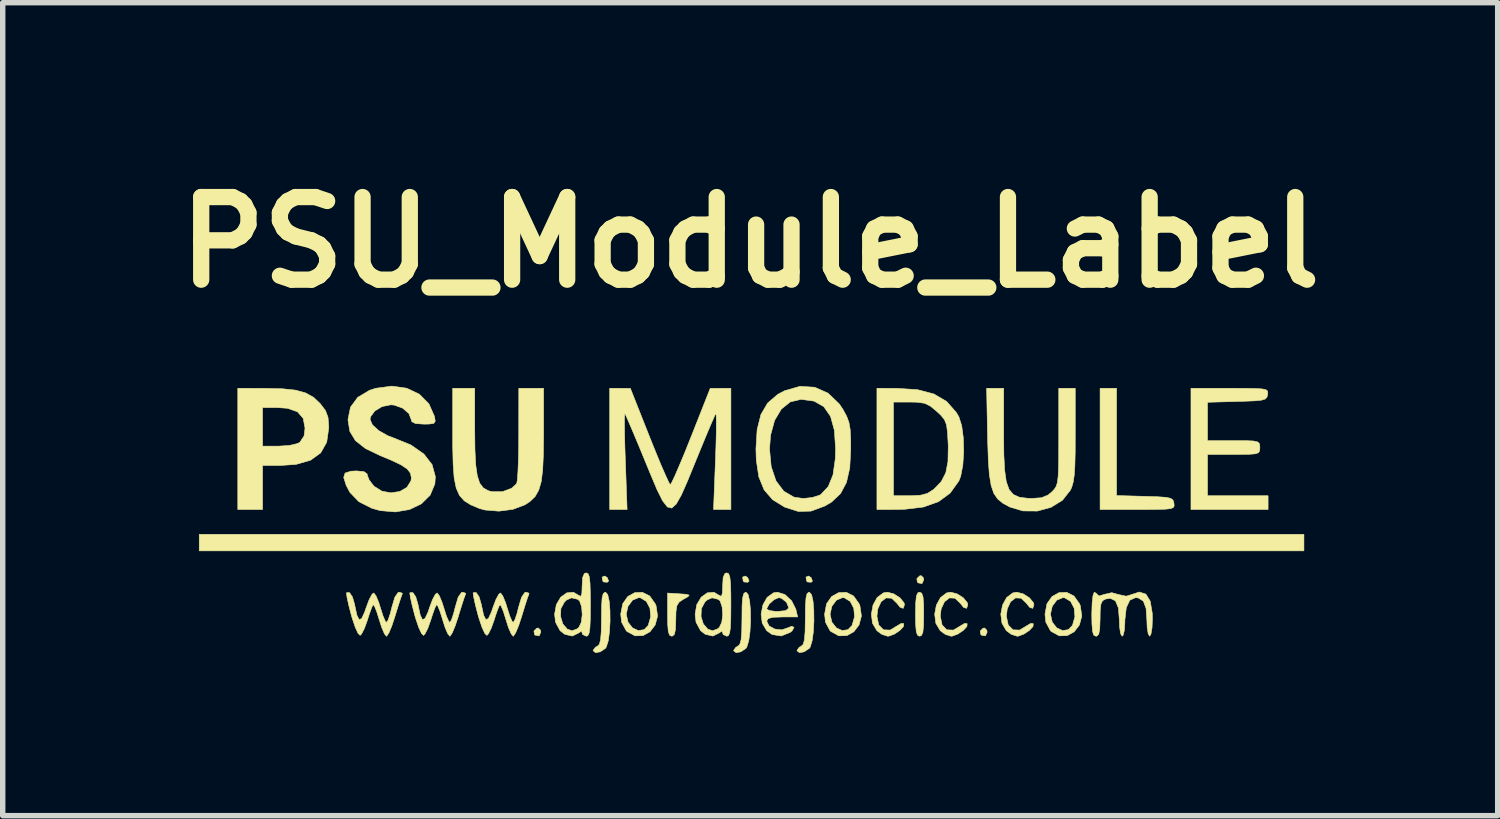
<source format=kicad_pcb>
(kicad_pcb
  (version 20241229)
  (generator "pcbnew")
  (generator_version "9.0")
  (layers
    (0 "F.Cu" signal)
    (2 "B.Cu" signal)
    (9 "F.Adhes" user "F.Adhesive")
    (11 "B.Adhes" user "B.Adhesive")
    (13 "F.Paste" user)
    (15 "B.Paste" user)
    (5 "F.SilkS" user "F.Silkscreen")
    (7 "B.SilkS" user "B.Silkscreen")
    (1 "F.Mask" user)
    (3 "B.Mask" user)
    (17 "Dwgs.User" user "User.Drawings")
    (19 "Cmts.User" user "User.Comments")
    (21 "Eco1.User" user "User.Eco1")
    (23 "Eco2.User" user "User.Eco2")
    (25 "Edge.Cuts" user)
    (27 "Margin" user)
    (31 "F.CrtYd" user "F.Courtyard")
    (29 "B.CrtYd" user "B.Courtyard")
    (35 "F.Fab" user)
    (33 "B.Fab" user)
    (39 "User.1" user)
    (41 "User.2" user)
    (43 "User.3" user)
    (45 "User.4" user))
  (footprint "PSU_Module_Label"
    (layer "F.Cu")
    (at 10.784 6.498)
    (property "Reference" "PSU_Module_Label" (at 0 -5.08 0) (layer "F.SilkS") (effects (font (size 1.524 1.524) (thickness 0.3))))
    (attr through_hole)
    (fp_poly (pts (xy 10.211 0.61) (xy -10.16 0.61) (xy -10.16 0.305) (xy 10.211 0.305) (xy 10.211 0.61)) (stroke (width 0.01) (type solid)) (fill yes) (layer "F.SilkS"))
    (fp_poly (pts (xy -2.636 1.103) (xy -2.611 1.166) (xy -2.634 1.189) (xy -2.702 1.184) (xy -2.719 1.166) (xy -2.731 1.094) (xy -2.682 1.074) (xy -2.636 1.103)) (stroke (width 0.01) (type solid)) (fill yes) (layer "F.SilkS"))
    (fp_poly (pts (xy -0.046 1.103) (xy -0.021 1.166) (xy -0.043 1.189) (xy -0.112 1.184) (xy -0.129 1.166) (xy -0.14 1.094) (xy -0.091 1.074) (xy -0.046 1.103)) (stroke (width 0.01) (type solid)) (fill yes) (layer "F.SilkS"))
    (fp_poly (pts (xy 1.123 1.103) (xy 1.148 1.166) (xy 1.126 1.189) (xy 1.057 1.184) (xy 1.04 1.166) (xy 1.028 1.094) (xy 1.077 1.074) (xy 1.123 1.103)) (stroke (width 0.01) (type solid)) (fill yes) (layer "F.SilkS"))
    (fp_poly (pts (xy -3.866 2.073) (xy -3.861 2.108) (xy -3.892 2.178) (xy -3.962 2.166) (xy -3.978 2.152) (xy -3.988 2.089) (xy -3.937 2.037) (xy -3.909 2.032) (xy -3.866 2.073)) (stroke (width 0.01) (type solid)) (fill yes) (layer "F.SilkS"))
    (fp_poly (pts (xy 3.195 1.108) (xy 3.2 1.143) (xy 3.169 1.213) (xy 3.099 1.201) (xy 3.083 1.187) (xy 3.073 1.123) (xy 3.124 1.072) (xy 3.153 1.067) (xy 3.195 1.108)) (stroke (width 0.01) (type solid)) (fill yes) (layer "F.SilkS"))
    (fp_poly (pts (xy 4.363 2.073) (xy 4.369 2.108) (xy 4.338 2.178) (xy 4.267 2.166) (xy 4.252 2.152) (xy 4.241 2.089) (xy 4.293 2.037) (xy 4.321 2.032) (xy 4.363 2.073)) (stroke (width 0.01) (type solid)) (fill yes) (layer "F.SilkS"))
    (fp_poly (pts (xy 3.163 1.391) (xy 3.187 1.46) (xy 3.198 1.598) (xy 3.2 1.778) (xy 3.197 1.987) (xy 3.184 2.112) (xy 3.158 2.171) (xy 3.124 2.184) (xy 3.085 2.165) (xy 3.062 2.096) (xy 3.05 1.958) (xy 3.048 1.778) (xy 3.052 1.569) (xy 3.065 1.444) (xy 3.09 1.385) (xy 3.124 1.372) (xy 3.163 1.391)) (stroke (width 0.01) (type solid)) (fill yes) (layer "F.SilkS"))
    (fp_poly (pts (xy -1.333 1.4) (xy -1.184 1.411) (xy -1.125 1.426) (xy -1.148 1.455) (xy -1.232 1.502) (xy -1.31 1.554) (xy -1.352 1.621) (xy -1.369 1.733) (xy -1.372 1.881) (xy -1.378 2.058) (xy -1.398 2.152) (xy -1.439 2.184) (xy -1.448 2.184) (xy -1.487 2.165) (xy -1.511 2.095) (xy -1.522 1.955) (xy -1.524 1.786) (xy -1.524 1.388) (xy -1.333 1.4)) (stroke (width 0.01) (type solid)) (fill yes) (layer "F.SilkS"))
    (fp_poly (pts (xy 6.756 -0.41) (xy 7.277 -0.395) (xy 7.512 -0.388) (xy 7.664 -0.377) (xy 7.752 -0.359) (xy 7.795 -0.329) (xy 7.811 -0.283) (xy 7.814 -0.267) (xy 7.818 -0.221) (xy 7.803 -0.189) (xy 7.754 -0.169) (xy 7.655 -0.158) (xy 7.492 -0.154) (xy 7.248 -0.152) (xy 7.141 -0.152) (xy 6.452 -0.152) (xy 6.452 -2.388) (xy 6.756 -2.388) (xy 6.756 -0.41)) (stroke (width 0.01) (type solid)) (fill yes) (layer "F.SilkS"))
    (fp_poly (pts (xy -2.627 1.418) (xy -2.6 1.539) (xy -2.586 1.71) (xy -2.584 1.906) (xy -2.595 2.1) (xy -2.617 2.268) (xy -2.653 2.383) (xy -2.671 2.409) (xy -2.763 2.471) (xy -2.85 2.488) (xy -2.895 2.453) (xy -2.896 2.444) (xy -2.855 2.388) (xy -2.819 2.369) (xy -2.782 2.334) (xy -2.759 2.25) (xy -2.747 2.101) (xy -2.743 1.869) (xy -2.743 1.856) (xy -2.74 1.625) (xy -2.731 1.479) (xy -2.711 1.401) (xy -2.678 1.373) (xy -2.667 1.372) (xy -2.627 1.418)) (stroke (width 0.01) (type solid)) (fill yes) (layer "F.SilkS"))
    (fp_poly (pts (xy -0.037 1.418) (xy -0.01 1.539) (xy 0.005 1.71) (xy 0.007 1.906) (xy -0.004 2.1) (xy -0.027 2.268) (xy -0.062 2.383) (xy -0.08 2.409) (xy -0.172 2.471) (xy -0.259 2.488) (xy -0.304 2.453) (xy -0.305 2.444) (xy -0.264 2.388) (xy -0.229 2.369) (xy -0.192 2.334) (xy -0.168 2.25) (xy -0.156 2.101) (xy -0.152 1.869) (xy -0.152 1.856) (xy -0.15 1.625) (xy -0.14 1.479) (xy -0.12 1.401) (xy -0.088 1.373) (xy -0.076 1.372) (xy -0.037 1.418)) (stroke (width 0.01) (type solid)) (fill yes) (layer "F.SilkS"))
    (fp_poly (pts (xy 1.132 1.418) (xy 1.159 1.539) (xy 1.173 1.71) (xy 1.175 1.906) (xy 1.165 2.1) (xy 1.142 2.268) (xy 1.107 2.383) (xy 1.089 2.409) (xy 0.996 2.471) (xy 0.91 2.488) (xy 0.864 2.453) (xy 0.864 2.444) (xy 0.904 2.388) (xy 0.94 2.369) (xy 0.977 2.334) (xy 1 2.25) (xy 1.012 2.101) (xy 1.016 1.869) (xy 1.016 1.856) (xy 1.019 1.625) (xy 1.029 1.479) (xy 1.048 1.401) (xy 1.081 1.373) (xy 1.092 1.372) (xy 1.132 1.418)) (stroke (width 0.01) (type solid)) (fill yes) (layer "F.SilkS"))
    (fp_poly (pts (xy -1.852 1.443) (xy -1.749 1.59) (xy -1.735 1.625) (xy -1.708 1.812) (xy -1.752 1.976) (xy -1.847 2.101) (xy -1.977 2.173) (xy -2.124 2.177) (xy -2.27 2.098) (xy -2.286 2.083) (xy -2.371 1.926) (xy -2.388 1.778) (xy -2.286 1.778) (xy -2.253 1.925) (xy -2.171 2.03) (xy -2.063 2.08) (xy -1.956 2.063) (xy -1.881 1.985) (xy -1.835 1.825) (xy -1.849 1.668) (xy -1.915 1.542) (xy -2.022 1.477) (xy -2.057 1.473) (xy -2.168 1.518) (xy -2.253 1.632) (xy -2.286 1.778) (xy -2.388 1.778) (xy -2.351 1.586) (xy -2.258 1.452) (xy -2.128 1.38) (xy -1.986 1.375) (xy -1.852 1.443)) (stroke (width 0.01) (type solid)) (fill yes) (layer "F.SilkS"))
    (fp_poly (pts (xy 1.907 1.443) (xy 2.011 1.59) (xy 2.024 1.625) (xy 2.051 1.812) (xy 2.007 1.976) (xy 1.912 2.101) (xy 1.782 2.173) (xy 1.635 2.177) (xy 1.489 2.098) (xy 1.473 2.083) (xy 1.388 1.926) (xy 1.372 1.778) (xy 1.473 1.778) (xy 1.506 1.925) (xy 1.589 2.03) (xy 1.696 2.08) (xy 1.803 2.063) (xy 1.878 1.985) (xy 1.924 1.825) (xy 1.91 1.668) (xy 1.844 1.542) (xy 1.737 1.477) (xy 1.702 1.473) (xy 1.591 1.518) (xy 1.506 1.632) (xy 1.473 1.778) (xy 1.372 1.778) (xy 1.408 1.586) (xy 1.502 1.452) (xy 1.631 1.38) (xy 1.774 1.375) (xy 1.907 1.443)) (stroke (width 0.01) (type solid)) (fill yes) (layer "F.SilkS"))
    (fp_poly (pts (xy 2.647 1.403) (xy 2.763 1.477) (xy 2.836 1.567) (xy 2.845 1.603) (xy 2.822 1.67) (xy 2.766 1.652) (xy 2.704 1.575) (xy 2.608 1.483) (xy 2.505 1.478) (xy 2.414 1.548) (xy 2.353 1.681) (xy 2.337 1.815) (xy 2.37 1.977) (xy 2.458 2.066) (xy 2.58 2.071) (xy 2.701 1.998) (xy 2.785 1.948) (xy 2.832 1.952) (xy 2.827 2.005) (xy 2.76 2.077) (xy 2.661 2.144) (xy 2.559 2.182) (xy 2.534 2.184) (xy 2.428 2.15) (xy 2.337 2.083) (xy 2.255 1.945) (xy 2.234 1.778) (xy 2.265 1.61) (xy 2.341 1.47) (xy 2.456 1.385) (xy 2.529 1.372) (xy 2.647 1.403)) (stroke (width 0.01) (type solid)) (fill yes) (layer "F.SilkS"))
    (fp_poly (pts (xy 3.816 1.403) (xy 3.931 1.477) (xy 4.004 1.567) (xy 4.013 1.603) (xy 3.991 1.67) (xy 3.934 1.652) (xy 3.873 1.575) (xy 3.776 1.483) (xy 3.674 1.478) (xy 3.583 1.548) (xy 3.521 1.681) (xy 3.505 1.815) (xy 3.539 1.977) (xy 3.626 2.066) (xy 3.748 2.071) (xy 3.87 1.998) (xy 3.953 1.948) (xy 4.001 1.952) (xy 3.996 2.005) (xy 3.929 2.077) (xy 3.829 2.144) (xy 3.728 2.182) (xy 3.703 2.184) (xy 3.597 2.15) (xy 3.505 2.083) (xy 3.423 1.945) (xy 3.402 1.778) (xy 3.433 1.61) (xy 3.51 1.47) (xy 3.624 1.385) (xy 3.697 1.372) (xy 3.816 1.403)) (stroke (width 0.01) (type solid)) (fill yes) (layer "F.SilkS"))
    (fp_poly (pts (xy 5.035 1.403) (xy 5.15 1.477) (xy 5.224 1.567) (xy 5.232 1.603) (xy 5.21 1.67) (xy 5.153 1.652) (xy 5.092 1.575) (xy 4.996 1.483) (xy 4.893 1.478) (xy 4.802 1.548) (xy 4.74 1.681) (xy 4.724 1.815) (xy 4.758 1.977) (xy 4.845 2.066) (xy 4.968 2.071) (xy 5.089 1.998) (xy 5.173 1.948) (xy 5.22 1.952) (xy 5.215 2.005) (xy 5.148 2.077) (xy 5.048 2.144) (xy 4.947 2.182) (xy 4.922 2.184) (xy 4.816 2.15) (xy 4.724 2.083) (xy 4.643 1.945) (xy 4.621 1.778) (xy 4.653 1.61) (xy 4.729 1.47) (xy 4.843 1.385) (xy 4.916 1.372) (xy 5.035 1.403)) (stroke (width 0.01) (type solid)) (fill yes) (layer "F.SilkS"))
    (fp_poly (pts (xy 5.971 1.443) (xy 6.075 1.59) (xy 6.088 1.625) (xy 6.115 1.812) (xy 6.071 1.976) (xy 5.976 2.101) (xy 5.846 2.173) (xy 5.699 2.177) (xy 5.553 2.098) (xy 5.537 2.083) (xy 5.452 1.926) (xy 5.436 1.778) (xy 5.537 1.778) (xy 5.57 1.925) (xy 5.653 2.03) (xy 5.76 2.08) (xy 5.867 2.063) (xy 5.942 1.985) (xy 5.988 1.825) (xy 5.974 1.668) (xy 5.908 1.542) (xy 5.801 1.477) (xy 5.766 1.473) (xy 5.655 1.518) (xy 5.57 1.632) (xy 5.537 1.778) (xy 5.436 1.778) (xy 5.472 1.586) (xy 5.566 1.452) (xy 5.695 1.38) (xy 5.838 1.375) (xy 5.971 1.443)) (stroke (width 0.01) (type solid)) (fill yes) (layer "F.SilkS"))
    (fp_poly (pts (xy -8.954 -2.387) (xy -8.626 -2.379) (xy -8.38 -2.353) (xy -8.195 -2.301) (xy -8.05 -2.22) (xy -7.929 -2.105) (xy -7.832 -1.977) (xy -7.785 -1.852) (xy -7.772 -1.681) (xy -7.772 -1.656) (xy -7.809 -1.394) (xy -7.92 -1.197) (xy -8.108 -1.061) (xy -8.377 -0.984) (xy -8.66 -0.965) (xy -8.992 -0.965) (xy -8.992 -0.152) (xy -9.449 -0.152) (xy -9.449 -2.032) (xy -8.992 -2.032) (xy -8.992 -1.321) (xy -8.697 -1.321) (xy -8.504 -1.333) (xy -8.355 -1.367) (xy -8.305 -1.391) (xy -8.227 -1.508) (xy -8.209 -1.652) (xy -8.243 -1.834) (xy -8.349 -1.955) (xy -8.533 -2.019) (xy -8.718 -2.032) (xy -8.992 -2.032) (xy -9.449 -2.032) (xy -9.449 -2.388) (xy -8.954 -2.387)) (stroke (width 0.01) (type solid)) (fill yes) (layer "F.SilkS"))
    (fp_poly (pts (xy 9.125 -2.387) (xy 9.32 -2.384) (xy 9.444 -2.376) (xy 9.513 -2.36) (xy 9.541 -2.335) (xy 9.544 -2.297) (xy 9.541 -2.273) (xy 9.529 -2.223) (xy 9.496 -2.189) (xy 9.425 -2.168) (xy 9.297 -2.156) (xy 9.093 -2.148) (xy 8.979 -2.145) (xy 8.433 -2.13) (xy 8.433 -1.422) (xy 8.915 -1.422) (xy 9.139 -1.422) (xy 9.28 -1.416) (xy 9.357 -1.399) (xy 9.39 -1.368) (xy 9.398 -1.317) (xy 9.398 -1.295) (xy 9.395 -1.237) (xy 9.372 -1.199) (xy 9.311 -1.179) (xy 9.192 -1.17) (xy 8.997 -1.168) (xy 8.915 -1.168) (xy 8.433 -1.168) (xy 8.433 -0.406) (xy 9.55 -0.406) (xy 9.55 -0.152) (xy 8.128 -0.152) (xy 8.128 -2.388) (xy 8.843 -2.388) (xy 9.125 -2.387)) (stroke (width 0.01) (type solid)) (fill yes) (layer "F.SilkS"))
    (fp_poly (pts (xy -5.08 -1.624) (xy -5.076 -1.257) (xy -5.062 -0.979) (xy -5.033 -0.777) (xy -4.988 -0.638) (xy -4.921 -0.55) (xy -4.83 -0.499) (xy -4.759 -0.481) (xy -4.569 -0.481) (xy -4.4 -0.544) (xy -4.306 -0.63) (xy -4.294 -0.697) (xy -4.283 -0.848) (xy -4.274 -1.064) (xy -4.269 -1.328) (xy -4.268 -1.537) (xy -4.267 -2.388) (xy -3.81 -2.388) (xy -3.81 -1.536) (xy -3.814 -1.164) (xy -3.827 -0.879) (xy -3.854 -0.665) (xy -3.9 -0.508) (xy -3.966 -0.392) (xy -4.059 -0.302) (xy -4.154 -0.239) (xy -4.374 -0.156) (xy -4.635 -0.122) (xy -4.89 -0.143) (xy -4.992 -0.171) (xy -5.152 -0.238) (xy -5.273 -0.313) (xy -5.361 -0.412) (xy -5.421 -0.547) (xy -5.459 -0.733) (xy -5.478 -0.986) (xy -5.486 -1.318) (xy -5.486 -1.521) (xy -5.486 -2.388) (xy -5.08 -2.388) (xy -5.08 -1.624)) (stroke (width 0.01) (type solid)) (fill yes) (layer "F.SilkS"))
    (fp_poly (pts (xy 0.641 1.416) (xy 0.764 1.531) (xy 0.84 1.683) (xy 0.842 1.689) (xy 0.875 1.829) (xy 0.59 1.829) (xy 0.42 1.835) (xy 0.332 1.858) (xy 0.305 1.903) (xy 0.305 1.906) (xy 0.348 1.994) (xy 0.453 2.052) (xy 0.58 2.067) (xy 0.669 2.038) (xy 0.767 2) (xy 0.809 2.021) (xy 0.774 2.083) (xy 0.74 2.112) (xy 0.573 2.179) (xy 0.405 2.153) (xy 0.305 2.083) (xy 0.222 1.943) (xy 0.201 1.776) (xy 0.22 1.68) (xy 0.305 1.68) (xy 0.35 1.71) (xy 0.462 1.726) (xy 0.508 1.727) (xy 0.655 1.712) (xy 0.711 1.666) (xy 0.711 1.661) (xy 0.67 1.559) (xy 0.578 1.485) (xy 0.527 1.473) (xy 0.441 1.509) (xy 0.352 1.589) (xy 0.305 1.672) (xy 0.305 1.68) (xy 0.22 1.68) (xy 0.234 1.608) (xy 0.312 1.468) (xy 0.429 1.384) (xy 0.502 1.372) (xy 0.641 1.416)) (stroke (width 0.01) (type solid)) (fill yes) (layer "F.SilkS"))
    (fp_poly (pts (xy 2.705 -2.387) (xy 3.085 -2.362) (xy 3.387 -2.283) (xy 3.622 -2.145) (xy 3.8 -1.943) (xy 3.848 -1.861) (xy 3.9 -1.699) (xy 3.93 -1.473) (xy 3.937 -1.219) (xy 3.921 -0.972) (xy 3.882 -0.767) (xy 3.848 -0.679) (xy 3.687 -0.455) (xy 3.472 -0.297) (xy 3.194 -0.198) (xy 2.841 -0.156) (xy 2.705 -0.153) (xy 2.337 -0.152) (xy 2.337 -2.134) (xy 2.642 -2.134) (xy 2.642 -0.406) (xy 2.943 -0.406) (xy 3.135 -0.415) (xy 3.267 -0.449) (xy 3.378 -0.52) (xy 3.393 -0.532) (xy 3.525 -0.67) (xy 3.607 -0.83) (xy 3.647 -1.036) (xy 3.652 -1.312) (xy 3.65 -1.374) (xy 3.638 -1.581) (xy 3.62 -1.715) (xy 3.583 -1.808) (xy 3.519 -1.888) (xy 3.442 -1.96) (xy 3.323 -2.059) (xy 3.217 -2.111) (xy 3.081 -2.131) (xy 2.947 -2.134) (xy 2.642 -2.134) (xy 2.337 -2.134) (xy 2.337 -2.388) (xy 2.705 -2.387)) (stroke (width 0.01) (type solid)) (fill yes) (layer "F.SilkS"))
    (fp_poly (pts (xy 4.674 -1.546) (xy 4.677 -1.167) (xy 4.692 -0.878) (xy 4.722 -0.667) (xy 4.774 -0.521) (xy 4.853 -0.429) (xy 4.963 -0.379) (xy 5.11 -0.36) (xy 5.197 -0.357) (xy 5.373 -0.37) (xy 5.495 -0.421) (xy 5.565 -0.48) (xy 5.61 -0.528) (xy 5.642 -0.579) (xy 5.665 -0.65) (xy 5.678 -0.756) (xy 5.686 -0.913) (xy 5.689 -1.137) (xy 5.69 -1.444) (xy 5.69 -1.496) (xy 5.69 -2.388) (xy 5.994 -2.388) (xy 5.994 -1.537) (xy 5.993 -1.207) (xy 5.987 -0.962) (xy 5.975 -0.784) (xy 5.956 -0.656) (xy 5.928 -0.561) (xy 5.905 -0.51) (xy 5.758 -0.323) (xy 5.546 -0.192) (xy 5.295 -0.124) (xy 5.03 -0.126) (xy 4.791 -0.197) (xy 4.662 -0.266) (xy 4.564 -0.346) (xy 4.492 -0.451) (xy 4.443 -0.596) (xy 4.41 -0.796) (xy 4.391 -1.065) (xy 4.379 -1.417) (xy 4.377 -1.511) (xy 4.36 -2.388) (xy 4.674 -2.388) (xy 4.674 -1.546)) (stroke (width 0.01) (type solid)) (fill yes) (layer "F.SilkS"))
    (fp_poly (pts (xy -2.989 1.032) (xy -2.967 1.089) (xy -2.954 1.204) (xy -2.948 1.392) (xy -2.946 1.6) (xy -2.948 1.857) (xy -2.956 2.028) (xy -2.971 2.128) (xy -2.995 2.175) (xy -3.023 2.184) (xy -3.09 2.152) (xy -3.099 2.123) (xy -3.114 2.088) (xy -3.16 2.123) (xy -3.28 2.181) (xy -3.418 2.149) (xy -3.505 2.083) (xy -3.59 1.926) (xy -3.602 1.82) (xy -3.497 1.82) (xy -3.455 1.958) (xy -3.371 2.055) (xy -3.283 2.083) (xy -3.195 2.05) (xy -3.16 2.022) (xy -3.114 1.926) (xy -3.098 1.787) (xy -3.108 1.644) (xy -3.145 1.536) (xy -3.179 1.504) (xy -3.296 1.476) (xy -3.385 1.515) (xy -3.425 1.553) (xy -3.491 1.674) (xy -3.497 1.82) (xy -3.602 1.82) (xy -3.607 1.778) (xy -3.575 1.601) (xy -3.494 1.464) (xy -3.382 1.384) (xy -3.258 1.374) (xy -3.16 1.433) (xy -3.122 1.448) (xy -3.104 1.39) (xy -3.099 1.255) (xy -3.09 1.1) (xy -3.058 1.028) (xy -3.023 1.016) (xy -2.989 1.032)) (stroke (width 0.01) (type solid)) (fill yes) (layer "F.SilkS"))
    (fp_poly (pts (xy -0.398 1.032) (xy -0.376 1.089) (xy -0.363 1.204) (xy -0.357 1.392) (xy -0.356 1.6) (xy -0.358 1.857) (xy -0.365 2.028) (xy -0.38 2.128) (xy -0.405 2.175) (xy -0.432 2.184) (xy -0.499 2.152) (xy -0.508 2.123) (xy -0.523 2.088) (xy -0.569 2.123) (xy -0.689 2.181) (xy -0.828 2.149) (xy -0.914 2.083) (xy -0.999 1.926) (xy -1.011 1.82) (xy -0.907 1.82) (xy -0.864 1.958) (xy -0.78 2.055) (xy -0.692 2.083) (xy -0.604 2.05) (xy -0.569 2.022) (xy -0.524 1.926) (xy -0.507 1.787) (xy -0.518 1.644) (xy -0.554 1.536) (xy -0.588 1.504) (xy -0.705 1.476) (xy -0.794 1.515) (xy -0.835 1.553) (xy -0.9 1.674) (xy -0.907 1.82) (xy -1.011 1.82) (xy -1.016 1.778) (xy -0.985 1.601) (xy -0.903 1.464) (xy -0.791 1.384) (xy -0.667 1.374) (xy -0.569 1.433) (xy -0.532 1.448) (xy -0.513 1.39) (xy -0.508 1.255) (xy -0.499 1.1) (xy -0.467 1.028) (xy -0.432 1.016) (xy -0.398 1.032)) (stroke (width 0.01) (type solid)) (fill yes) (layer "F.SilkS"))
    (fp_poly (pts (xy -0.356 -0.152) (xy -0.676 -0.152) (xy -0.641 -1.052) (xy -0.631 -1.339) (xy -0.625 -1.585) (xy -0.624 -1.775) (xy -0.627 -1.892) (xy -0.633 -1.924) (xy -0.66 -1.87) (xy -0.718 -1.738) (xy -0.801 -1.542) (xy -0.902 -1.298) (xy -1.009 -1.037) (xy -1.154 -0.682) (xy -1.269 -0.421) (xy -1.364 -0.253) (xy -1.447 -0.179) (xy -1.527 -0.199) (xy -1.615 -0.312) (xy -1.718 -0.519) (xy -1.845 -0.82) (xy -1.935 -1.038) (xy -2.048 -1.313) (xy -2.149 -1.554) (xy -2.231 -1.746) (xy -2.287 -1.874) (xy -2.311 -1.922) (xy -2.317 -1.881) (xy -2.319 -1.755) (xy -2.317 -1.559) (xy -2.311 -1.308) (xy -2.302 -1.049) (xy -2.27 -0.152) (xy -2.591 -0.152) (xy -2.591 -2.388) (xy -2.21 -2.387) (xy -1.858 -1.498) (xy -1.746 -1.22) (xy -1.646 -0.977) (xy -1.562 -0.785) (xy -1.503 -0.657) (xy -1.474 -0.61) (xy -1.473 -0.61) (xy -1.445 -0.655) (xy -1.386 -0.78) (xy -1.304 -0.97) (xy -1.203 -1.211) (xy -1.092 -1.489) (xy -1.088 -1.498) (xy -0.737 -2.387) (xy -0.356 -2.388) (xy -0.356 -0.152)) (stroke (width 0.01) (type solid)) (fill yes) (layer "F.SilkS"))
    (fp_poly (pts (xy 7.297 1.408) (xy 7.377 1.539) (xy 7.414 1.76) (xy 7.417 1.858) (xy 7.41 2.029) (xy 7.39 2.146) (xy 7.366 2.184) (xy 7.339 2.138) (xy 7.32 2.019) (xy 7.315 1.89) (xy 7.3 1.671) (xy 7.25 1.538) (xy 7.158 1.479) (xy 7.104 1.473) (xy 7 1.52) (xy 6.935 1.659) (xy 6.909 1.886) (xy 6.909 1.927) (xy 6.9 2.073) (xy 6.877 2.166) (xy 6.858 2.184) (xy 6.831 2.138) (xy 6.812 2.018) (xy 6.807 1.886) (xy 6.79 1.663) (xy 6.735 1.531) (xy 6.639 1.485) (xy 6.556 1.498) (xy 6.498 1.529) (xy 6.467 1.592) (xy 6.454 1.713) (xy 6.452 1.858) (xy 6.446 2.042) (xy 6.428 2.144) (xy 6.392 2.182) (xy 6.375 2.184) (xy 6.336 2.165) (xy 6.313 2.096) (xy 6.302 1.958) (xy 6.299 1.778) (xy 6.305 1.577) (xy 6.321 1.435) (xy 6.345 1.373) (xy 6.35 1.372) (xy 6.399 1.409) (xy 6.401 1.421) (xy 6.44 1.441) (xy 6.528 1.413) (xy 6.668 1.381) (xy 6.785 1.414) (xy 6.934 1.446) (xy 7.01 1.423) (xy 7.175 1.369) (xy 7.297 1.408)) (stroke (width 0.01) (type solid)) (fill yes) (layer "F.SilkS"))
    (fp_poly (pts (xy -6.416 1.391) (xy -6.418 1.41) (xy -6.442 1.474) (xy -6.486 1.609) (xy -6.541 1.786) (xy -6.55 1.816) (xy -6.608 1.992) (xy -6.662 2.122) (xy -6.703 2.183) (xy -6.708 2.184) (xy -6.745 2.139) (xy -6.795 2.022) (xy -6.841 1.879) (xy -6.889 1.726) (xy -6.93 1.627) (xy -6.954 1.603) (xy -6.983 1.664) (xy -7.028 1.79) (xy -7.06 1.891) (xy -7.114 2.04) (xy -7.166 2.142) (xy -7.193 2.169) (xy -7.231 2.132) (xy -7.283 2.019) (xy -7.34 1.849) (xy -7.356 1.794) (xy -7.404 1.609) (xy -7.435 1.466) (xy -7.445 1.388) (xy -7.444 1.382) (xy -7.39 1.379) (xy -7.336 1.458) (xy -7.294 1.599) (xy -7.292 1.614) (xy -7.253 1.796) (xy -7.211 1.878) (xy -7.165 1.859) (xy -7.11 1.74) (xy -7.082 1.658) (xy -7.026 1.508) (xy -6.973 1.41) (xy -6.941 1.386) (xy -6.9 1.441) (xy -6.849 1.563) (xy -6.817 1.667) (xy -6.77 1.813) (xy -6.728 1.909) (xy -6.707 1.93) (xy -6.677 1.885) (xy -6.638 1.769) (xy -6.608 1.651) (xy -6.553 1.465) (xy -6.493 1.378) (xy -6.47 1.372) (xy -6.416 1.391)) (stroke (width 0.01) (type solid)) (fill yes) (layer "F.SilkS"))
    (fp_poly (pts (xy -5.248 1.391) (xy -5.249 1.41) (xy -5.274 1.474) (xy -5.318 1.609) (xy -5.373 1.786) (xy -5.381 1.816) (xy -5.44 1.992) (xy -5.494 2.122) (xy -5.534 2.183) (xy -5.539 2.184) (xy -5.577 2.139) (xy -5.627 2.022) (xy -5.672 1.879) (xy -5.72 1.726) (xy -5.761 1.627) (xy -5.785 1.603) (xy -5.815 1.664) (xy -5.86 1.79) (xy -5.892 1.891) (xy -5.945 2.04) (xy -5.998 2.142) (xy -6.025 2.169) (xy -6.062 2.132) (xy -6.114 2.019) (xy -6.171 1.849) (xy -6.187 1.794) (xy -6.235 1.609) (xy -6.267 1.466) (xy -6.277 1.388) (xy -6.275 1.382) (xy -6.221 1.379) (xy -6.167 1.458) (xy -6.126 1.599) (xy -6.123 1.614) (xy -6.084 1.796) (xy -6.043 1.878) (xy -5.997 1.859) (xy -5.941 1.74) (xy -5.914 1.658) (xy -5.858 1.508) (xy -5.805 1.41) (xy -5.772 1.386) (xy -5.731 1.441) (xy -5.681 1.563) (xy -5.648 1.667) (xy -5.602 1.813) (xy -5.559 1.909) (xy -5.539 1.93) (xy -5.509 1.885) (xy -5.47 1.769) (xy -5.44 1.651) (xy -5.385 1.465) (xy -5.324 1.378) (xy -5.302 1.372) (xy -5.248 1.391)) (stroke (width 0.01) (type solid)) (fill yes) (layer "F.SilkS"))
    (fp_poly (pts (xy -4.079 1.391) (xy -4.081 1.41) (xy -4.106 1.474) (xy -4.15 1.609) (xy -4.204 1.786) (xy -4.213 1.816) (xy -4.271 1.992) (xy -4.326 2.122) (xy -4.366 2.183) (xy -4.371 2.184) (xy -4.408 2.139) (xy -4.459 2.022) (xy -4.504 1.879) (xy -4.552 1.726) (xy -4.593 1.627) (xy -4.617 1.603) (xy -4.646 1.664) (xy -4.691 1.79) (xy -4.723 1.891) (xy -4.777 2.04) (xy -4.829 2.142) (xy -4.856 2.169) (xy -4.894 2.132) (xy -4.946 2.019) (xy -5.003 1.849) (xy -5.019 1.794) (xy -5.067 1.609) (xy -5.098 1.466) (xy -5.109 1.388) (xy -5.107 1.382) (xy -5.053 1.379) (xy -4.999 1.458) (xy -4.958 1.599) (xy -4.955 1.614) (xy -4.916 1.796) (xy -4.875 1.878) (xy -4.828 1.859) (xy -4.773 1.74) (xy -4.745 1.658) (xy -4.689 1.508) (xy -4.636 1.41) (xy -4.604 1.386) (xy -4.563 1.441) (xy -4.512 1.563) (xy -4.48 1.667) (xy -4.433 1.813) (xy -4.391 1.909) (xy -4.37 1.93) (xy -4.341 1.885) (xy -4.301 1.769) (xy -4.272 1.651) (xy -4.216 1.465) (xy -4.156 1.378) (xy -4.134 1.372) (xy -4.079 1.391)) (stroke (width 0.01) (type solid)) (fill yes) (layer "F.SilkS"))
    (fp_poly (pts (xy 1.19 -2.407) (xy 1.435 -2.298) (xy 1.642 -2.1) (xy 1.71 -1.999) (xy 1.779 -1.872) (xy 1.821 -1.758) (xy 1.844 -1.625) (xy 1.853 -1.442) (xy 1.854 -1.27) (xy 1.836 -0.921) (xy 1.775 -0.651) (xy 1.666 -0.447) (xy 1.502 -0.291) (xy 1.374 -0.216) (xy 1.122 -0.123) (xy 0.889 -0.116) (xy 0.64 -0.195) (xy 0.635 -0.197) (xy 0.414 -0.333) (xy 0.257 -0.514) (xy 0.159 -0.754) (xy 0.112 -1.067) (xy 0.106 -1.27) (xy 0.356 -1.27) (xy 0.387 -0.943) (xy 0.476 -0.68) (xy 0.619 -0.49) (xy 0.809 -0.38) (xy 0.975 -0.356) (xy 1.14 -0.373) (xy 1.276 -0.415) (xy 1.303 -0.43) (xy 1.439 -0.575) (xy 1.527 -0.791) (xy 1.569 -1.086) (xy 1.575 -1.27) (xy 1.552 -1.614) (xy 1.481 -1.871) (xy 1.357 -2.049) (xy 1.178 -2.151) (xy 0.939 -2.184) (xy 0.938 -2.184) (xy 0.739 -2.137) (xy 0.574 -2.004) (xy 0.45 -1.796) (xy 0.376 -1.525) (xy 0.356 -1.27) (xy 0.106 -1.27) (xy 0.128 -1.627) (xy 0.198 -1.905) (xy 0.322 -2.116) (xy 0.507 -2.275) (xy 0.635 -2.343) (xy 0.919 -2.424) (xy 1.19 -2.407)) (stroke (width 0.01) (type solid)) (fill yes) (layer "F.SilkS"))
    (fp_poly (pts (xy -6.333 -2.389) (xy -6.1 -2.278) (xy -5.925 -2.102) (xy -5.822 -1.869) (xy -5.822 -1.867) (xy -5.808 -1.781) (xy -5.834 -1.741) (xy -5.924 -1.728) (xy -6.019 -1.727) (xy -6.17 -1.737) (xy -6.239 -1.771) (xy -6.248 -1.803) (xy -6.294 -1.923) (xy -6.41 -2.022) (xy -6.566 -2.078) (xy -6.629 -2.083) (xy -6.788 -2.051) (xy -6.923 -1.969) (xy -7.002 -1.861) (xy -7.01 -1.812) (xy -6.966 -1.713) (xy -6.849 -1.607) (xy -6.685 -1.514) (xy -6.579 -1.474) (xy -6.257 -1.343) (xy -6.018 -1.176) (xy -5.866 -0.98) (xy -5.806 -0.76) (xy -5.815 -0.624) (xy -5.902 -0.417) (xy -6.064 -0.257) (xy -6.283 -0.152) (xy -6.542 -0.108) (xy -6.822 -0.132) (xy -6.976 -0.175) (xy -7.217 -0.297) (xy -7.382 -0.469) (xy -7.451 -0.599) (xy -7.496 -0.744) (xy -7.47 -0.825) (xy -7.363 -0.859) (xy -7.261 -0.864) (xy -7.123 -0.851) (xy -7.065 -0.81) (xy -7.061 -0.785) (xy -7.027 -0.698) (xy -6.945 -0.591) (xy -6.937 -0.582) (xy -6.791 -0.49) (xy -6.624 -0.46) (xy -6.461 -0.485) (xy -6.33 -0.561) (xy -6.256 -0.68) (xy -6.248 -0.738) (xy -6.265 -0.823) (xy -6.325 -0.9) (xy -6.442 -0.978) (xy -6.632 -1.067) (xy -6.82 -1.145) (xy -7.095 -1.277) (xy -7.28 -1.423) (xy -7.383 -1.594) (xy -7.417 -1.804) (xy -7.417 -1.811) (xy -7.371 -2.039) (xy -7.237 -2.221) (xy -7.02 -2.351) (xy -6.906 -2.388) (xy -6.607 -2.428) (xy -6.333 -2.389)) (stroke (width 0.01) (type solid)) (fill yes) (layer "F.SilkS")))
  (gr_rect
    (start -3 -3)
    (end 24.568 11.991)
    (stroke (width 0.1) (type default))
    (fill no)
    (layer "Edge.Cuts")))
</source>
